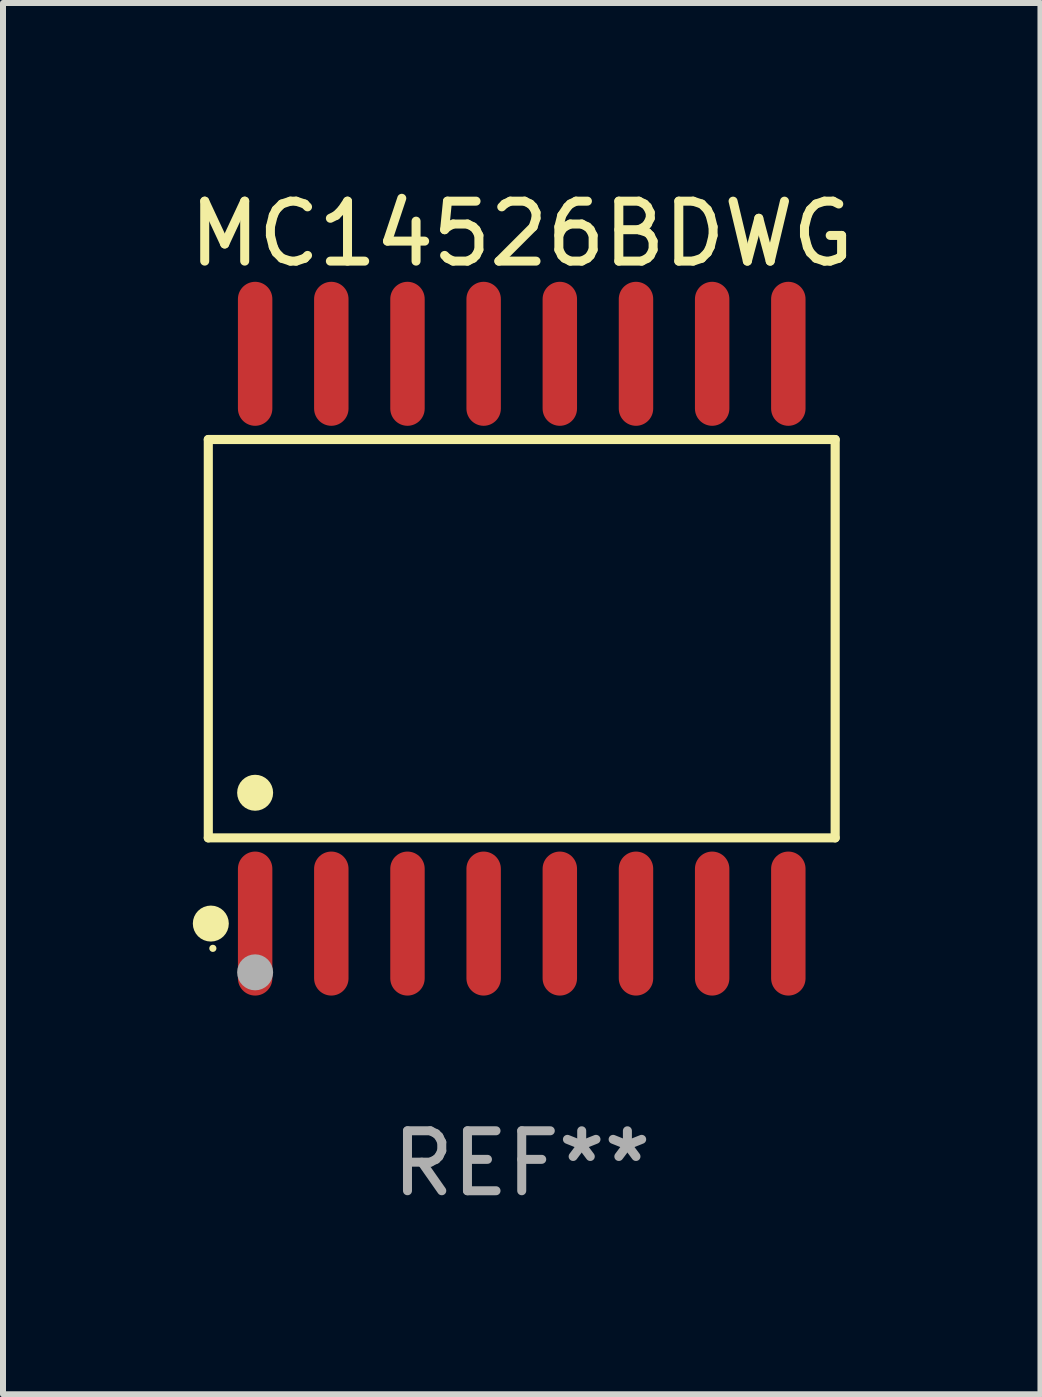
<source format=kicad_pcb>
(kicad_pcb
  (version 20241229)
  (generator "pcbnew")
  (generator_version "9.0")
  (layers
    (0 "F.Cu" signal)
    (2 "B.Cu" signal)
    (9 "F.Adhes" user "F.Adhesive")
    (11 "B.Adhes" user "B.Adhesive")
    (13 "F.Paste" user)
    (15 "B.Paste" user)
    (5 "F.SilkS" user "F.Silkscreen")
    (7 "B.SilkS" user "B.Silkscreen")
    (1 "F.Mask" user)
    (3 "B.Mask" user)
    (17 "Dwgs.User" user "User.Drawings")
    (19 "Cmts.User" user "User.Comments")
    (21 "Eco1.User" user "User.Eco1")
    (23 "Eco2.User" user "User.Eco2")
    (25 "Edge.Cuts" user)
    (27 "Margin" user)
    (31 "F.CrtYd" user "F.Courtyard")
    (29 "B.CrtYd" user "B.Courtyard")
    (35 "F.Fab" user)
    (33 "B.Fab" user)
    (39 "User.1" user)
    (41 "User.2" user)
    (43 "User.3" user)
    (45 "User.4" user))
  (footprint "MC14526BDWG"
    (layer "F.Cu")
    (at 5.649 7.599)
    (property "Reference" "MC14526BDWG" (at 0 -6.75 0) (layer "F.SilkS") (effects (font (size 1 1) (thickness 0.15))))
    (attr through_hole)
    (fp_line (start -5.226 -3.321) (end 5.226 -3.321) (stroke (width 0.152) (type solid)) (layer "F.SilkS"))
    (fp_line (start -5.226 3.321) (end -5.226 -3.321) (stroke (width 0.152) (type solid)) (layer "F.SilkS"))
    (fp_line (start 5.226 -3.321) (end 5.226 3.321) (stroke (width 0.152) (type solid)) (layer "F.SilkS"))
    (fp_line (start 5.226 3.321) (end -5.226 3.321) (stroke (width 0.152) (type solid)) (layer "F.SilkS"))
    (fp_circle (center -5.184 4.75) (end -5.034 4.75) (stroke (width 0.3) (type solid)) (fill no) (layer "F.SilkS"))
    (fp_circle (center -5.15 5.163) (end -5.12 5.163) (stroke (width 0.06) (type solid)) (fill no) (layer "F.SilkS"))
    (fp_circle (center -4.445 2.569) (end -4.295 2.569) (stroke (width 0.3) (type solid)) (fill no) (layer "F.SilkS"))
    (fp_circle (center -4.445 5.563) (end -4.295 5.563) (stroke (width 0.3) (type solid)) (fill no) (layer "F.Fab"))
    (fp_text user "REF**" (at 0 8.75 0) (layer "F.Fab") (effects (font (size 1 1) (thickness 0.15))))
    (pad "1" smd oval (at -4.445 4.75) (size 0.574 2.401) (layers "F.Cu" "F.Mask" "F.Paste"))
    (pad "2" smd oval (at -3.175 4.75) (size 0.574 2.401) (layers "F.Cu" "F.Mask" "F.Paste"))
    (pad "3" smd oval (at -1.905 4.75) (size 0.574 2.401) (layers "F.Cu" "F.Mask" "F.Paste"))
    (pad "4" smd oval (at -0.635 4.75) (size 0.574 2.401) (layers "F.Cu" "F.Mask" "F.Paste"))
    (pad "5" smd oval (at 0.635 4.75) (size 0.574 2.401) (layers "F.Cu" "F.Mask" "F.Paste"))
    (pad "6" smd oval (at 1.905 4.75) (size 0.574 2.401) (layers "F.Cu" "F.Mask" "F.Paste"))
    (pad "7" smd oval (at 3.175 4.75) (size 0.574 2.401) (layers "F.Cu" "F.Mask" "F.Paste"))
    (pad "8" smd oval (at 4.445 4.75) (size 0.574 2.401) (layers "F.Cu" "F.Mask" "F.Paste"))
    (pad "9" smd oval (at 4.445 -4.75) (size 0.574 2.401) (layers "F.Cu" "F.Mask" "F.Paste"))
    (pad "10" smd oval (at 3.175 -4.75) (size 0.574 2.401) (layers "F.Cu" "F.Mask" "F.Paste"))
    (pad "11" smd oval (at 1.905 -4.75) (size 0.574 2.401) (layers "F.Cu" "F.Mask" "F.Paste"))
    (pad "12" smd oval (at 0.635 -4.75) (size 0.574 2.401) (layers "F.Cu" "F.Mask" "F.Paste"))
    (pad "13" smd oval (at -0.635 -4.75) (size 0.574 2.401) (layers "F.Cu" "F.Mask" "F.Paste"))
    (pad "14" smd oval (at -1.905 -4.75) (size 0.574 2.401) (layers "F.Cu" "F.Mask" "F.Paste"))
    (pad "15" smd oval (at -3.175 -4.75) (size 0.574 2.401) (layers "F.Cu" "F.Mask" "F.Paste"))
    (pad "16" smd oval (at -4.445 -4.75) (size 0.574 2.401) (layers "F.Cu" "F.Mask" "F.Paste")))
  (gr_rect
    (start -3 -3)
    (end 14.298 20.197)
    (stroke (width 0.1) (type default))
    (fill no)
    (layer "Edge.Cuts")))
</source>
